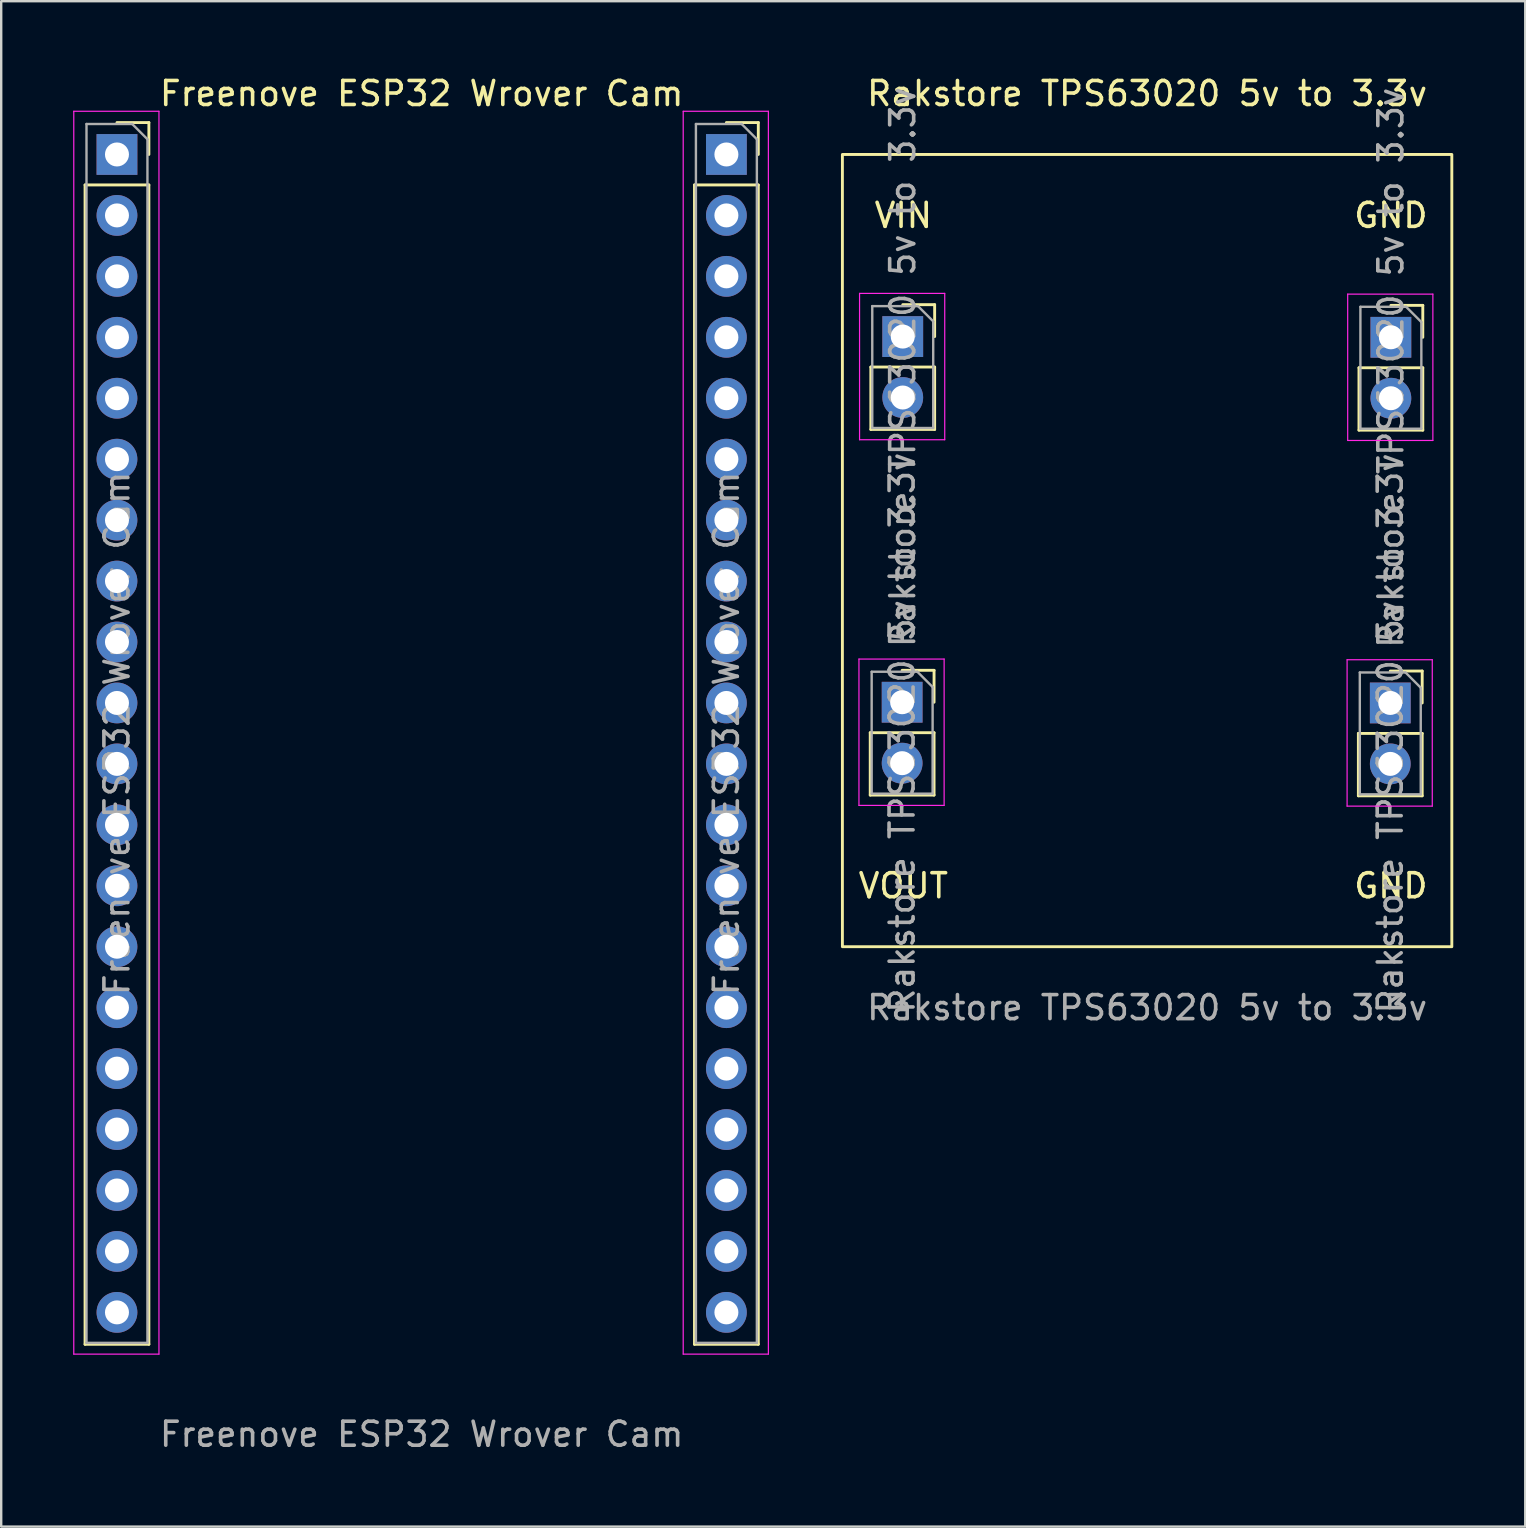
<source format=kicad_pcb>
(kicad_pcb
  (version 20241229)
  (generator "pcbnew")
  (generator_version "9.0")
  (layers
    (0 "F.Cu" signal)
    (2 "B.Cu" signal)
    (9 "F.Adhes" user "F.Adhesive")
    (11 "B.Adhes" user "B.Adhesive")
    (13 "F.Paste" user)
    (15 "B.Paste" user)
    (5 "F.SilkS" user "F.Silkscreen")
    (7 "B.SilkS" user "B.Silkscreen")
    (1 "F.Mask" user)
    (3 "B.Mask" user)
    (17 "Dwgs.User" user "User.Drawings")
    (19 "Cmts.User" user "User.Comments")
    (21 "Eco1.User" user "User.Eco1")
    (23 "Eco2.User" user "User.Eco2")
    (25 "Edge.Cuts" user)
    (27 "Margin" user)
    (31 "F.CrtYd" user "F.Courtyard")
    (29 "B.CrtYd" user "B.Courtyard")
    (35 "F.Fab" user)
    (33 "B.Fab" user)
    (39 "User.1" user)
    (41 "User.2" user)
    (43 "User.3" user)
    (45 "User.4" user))
  (footprint "Freenove ESP32 Wrover Cam"
    (layer "F.Cu")
    (at 14.525 28.788)
    (property "Reference" "Freenove ESP32 Wrover Cam" (at 0 -27.94 0) (unlocked yes) (layer "F.SilkS") (effects (font (size 1 1) (thickness 0.15))))
    (attr through_hole)
    (fp_line (start -14.03 -24.13) (end -14.03 24.19) (stroke (width 0.12) (type solid)) (layer "F.SilkS"))
    (fp_line (start -14.03 -24.13) (end -11.37 -24.13) (stroke (width 0.12) (type solid)) (layer "F.SilkS"))
    (fp_line (start -14.03 24.19) (end -11.37 24.19) (stroke (width 0.12) (type solid)) (layer "F.SilkS"))
    (fp_line (start -12.7 -26.73) (end -11.37 -26.73) (stroke (width 0.12) (type solid)) (layer "F.SilkS"))
    (fp_line (start -11.37 -26.73) (end -11.37 -25.4) (stroke (width 0.12) (type solid)) (layer "F.SilkS"))
    (fp_line (start -11.37 -24.13) (end -11.37 24.19) (stroke (width 0.12) (type solid)) (layer "F.SilkS"))
    (fp_line (start 11.37 -24.13) (end 11.37 24.19) (stroke (width 0.12) (type solid)) (layer "F.SilkS"))
    (fp_line (start 11.37 -24.13) (end 14.03 -24.13) (stroke (width 0.12) (type solid)) (layer "F.SilkS"))
    (fp_line (start 11.37 24.19) (end 14.03 24.19) (stroke (width 0.12) (type solid)) (layer "F.SilkS"))
    (fp_line (start 12.7 -26.73) (end 14.03 -26.73) (stroke (width 0.12) (type solid)) (layer "F.SilkS"))
    (fp_line (start 14.03 -26.73) (end 14.03 -25.4) (stroke (width 0.12) (type solid)) (layer "F.SilkS"))
    (fp_line (start 14.03 -24.13) (end 14.03 24.19) (stroke (width 0.12) (type solid)) (layer "F.SilkS"))
    (fp_line (start -14.5 -27.2) (end -10.95 -27.2) (stroke (width 0.05) (type solid)) (layer "F.CrtYd"))
    (fp_line (start -14.5 24.6) (end -14.5 -27.2) (stroke (width 0.05) (type solid)) (layer "F.CrtYd"))
    (fp_line (start -10.95 -27.2) (end -10.95 24.6) (stroke (width 0.05) (type solid)) (layer "F.CrtYd"))
    (fp_line (start -10.95 24.6) (end -14.5 24.6) (stroke (width 0.05) (type solid)) (layer "F.CrtYd"))
    (fp_line (start 10.9 -27.2) (end 14.45 -27.2) (stroke (width 0.05) (type solid)) (layer "F.CrtYd"))
    (fp_line (start 10.9 24.6) (end 10.9 -27.2) (stroke (width 0.05) (type solid)) (layer "F.CrtYd"))
    (fp_line (start 14.45 -27.2) (end 14.45 24.6) (stroke (width 0.05) (type solid)) (layer "F.CrtYd"))
    (fp_line (start 14.45 24.6) (end 10.9 24.6) (stroke (width 0.05) (type solid)) (layer "F.CrtYd"))
    (fp_line (start -13.97 -26.67) (end -12.065 -26.67) (stroke (width 0.1) (type solid)) (layer "F.Fab"))
    (fp_line (start -13.97 24.13) (end -13.97 -26.67) (stroke (width 0.1) (type solid)) (layer "F.Fab"))
    (fp_line (start -12.065 -26.67) (end -11.43 -26.035) (stroke (width 0.1) (type solid)) (layer "F.Fab"))
    (fp_line (start -11.43 -26.035) (end -11.43 24.13) (stroke (width 0.1) (type solid)) (layer "F.Fab"))
    (fp_line (start -11.43 24.13) (end -13.97 24.13) (stroke (width 0.1) (type solid)) (layer "F.Fab"))
    (fp_line (start 11.43 -26.67) (end 13.335 -26.67) (stroke (width 0.1) (type solid)) (layer "F.Fab"))
    (fp_line (start 11.43 24.13) (end 11.43 -26.67) (stroke (width 0.1) (type solid)) (layer "F.Fab"))
    (fp_line (start 13.335 -26.67) (end 13.97 -26.035) (stroke (width 0.1) (type solid)) (layer "F.Fab"))
    (fp_line (start 13.97 -26.035) (end 13.97 24.13) (stroke (width 0.1) (type solid)) (layer "F.Fab"))
    (fp_line (start 13.97 24.13) (end 11.43 24.13) (stroke (width 0.1) (type solid)) (layer "F.Fab"))
    (fp_text user "${REFERENCE}" (at -12.7 -1.27 90) (layer "F.Fab") (effects (font (size 1 1) (thickness 0.15))))
    (fp_text user "${REFERENCE}" (at 12.7 -1.27 90) (layer "F.Fab") (effects (font (size 1 1) (thickness 0.15))))
    (fp_text user "${REFERENCE}" (at 0 27.94 0) (unlocked yes) (layer "F.Fab") (effects (font (size 1 1) (thickness 0.15))))
    (pad "1" thru_hole rect (at -12.7 -25.4) (size 1.7 1.7) (drill 1) (layers "*.Cu" "*.Mask"))
    (pad "2" thru_hole oval (at -12.7 -22.86) (size 1.7 1.7) (drill 1) (layers "*.Cu" "*.Mask"))
    (pad "3" thru_hole oval (at -12.7 -20.32) (size 1.7 1.7) (drill 1) (layers "*.Cu" "*.Mask"))
    (pad "4" thru_hole oval (at -12.7 -17.78) (size 1.7 1.7) (drill 1) (layers "*.Cu" "*.Mask"))
    (pad "5" thru_hole oval (at -12.7 -15.24) (size 1.7 1.7) (drill 1) (layers "*.Cu" "*.Mask"))
    (pad "6" thru_hole oval (at -12.7 -12.7) (size 1.7 1.7) (drill 1) (layers "*.Cu" "*.Mask"))
    (pad "7" thru_hole oval (at -12.7 -10.16) (size 1.7 1.7) (drill 1) (layers "*.Cu" "*.Mask"))
    (pad "8" thru_hole oval (at -12.7 -7.62) (size 1.7 1.7) (drill 1) (layers "*.Cu" "*.Mask"))
    (pad "9" thru_hole oval (at -12.7 -5.08) (size 1.7 1.7) (drill 1) (layers "*.Cu" "*.Mask"))
    (pad "10" thru_hole oval (at -12.7 -2.54) (size 1.7 1.7) (drill 1) (layers "*.Cu" "*.Mask"))
    (pad "11" thru_hole oval (at -12.7 0) (size 1.7 1.7) (drill 1) (layers "*.Cu" "*.Mask"))
    (pad "12" thru_hole oval (at -12.7 2.54) (size 1.7 1.7) (drill 1) (layers "*.Cu" "*.Mask"))
    (pad "13" thru_hole oval (at -12.7 5.08) (size 1.7 1.7) (drill 1) (layers "*.Cu" "*.Mask"))
    (pad "14" thru_hole oval (at -12.7 7.62) (size 1.7 1.7) (drill 1) (layers "*.Cu" "*.Mask"))
    (pad "15" thru_hole oval (at -12.7 10.16) (size 1.7 1.7) (drill 1) (layers "*.Cu" "*.Mask"))
    (pad "16" thru_hole oval (at -12.7 12.7) (size 1.7 1.7) (drill 1) (layers "*.Cu" "*.Mask"))
    (pad "17" thru_hole oval (at -12.7 15.24) (size 1.7 1.7) (drill 1) (layers "*.Cu" "*.Mask"))
    (pad "18" thru_hole oval (at -12.7 17.78) (size 1.7 1.7) (drill 1) (layers "*.Cu" "*.Mask"))
    (pad "19" thru_hole oval (at -12.7 20.32) (size 1.7 1.7) (drill 1) (layers "*.Cu" "*.Mask"))
    (pad "20" thru_hole oval (at -12.7 22.86) (size 1.7 1.7) (drill 1) (layers "*.Cu" "*.Mask"))
    (pad "21" thru_hole oval (at 12.7 22.86) (size 1.7 1.7) (drill 1) (layers "*.Cu" "*.Mask"))
    (pad "22" thru_hole oval (at 12.7 20.32) (size 1.7 1.7) (drill 1) (layers "*.Cu" "*.Mask"))
    (pad "23" thru_hole oval (at 12.7 17.78) (size 1.7 1.7) (drill 1) (layers "*.Cu" "*.Mask"))
    (pad "24" thru_hole oval (at 12.7 15.24) (size 1.7 1.7) (drill 1) (layers "*.Cu" "*.Mask"))
    (pad "25" thru_hole oval (at 12.7 12.7) (size 1.7 1.7) (drill 1) (layers "*.Cu" "*.Mask"))
    (pad "26" thru_hole oval (at 12.7 10.16) (size 1.7 1.7) (drill 1) (layers "*.Cu" "*.Mask"))
    (pad "27" thru_hole oval (at 12.7 7.62) (size 1.7 1.7) (drill 1) (layers "*.Cu" "*.Mask"))
    (pad "28" thru_hole oval (at 12.7 5.08) (size 1.7 1.7) (drill 1) (layers "*.Cu" "*.Mask"))
    (pad "29" thru_hole oval (at 12.7 2.54) (size 1.7 1.7) (drill 1) (layers "*.Cu" "*.Mask"))
    (pad "30" thru_hole oval (at 12.7 0) (size 1.7 1.7) (drill 1) (layers "*.Cu" "*.Mask"))
    (pad "31" thru_hole oval (at 12.7 -2.54) (size 1.7 1.7) (drill 1) (layers "*.Cu" "*.Mask"))
    (pad "32" thru_hole oval (at 12.7 -5.08) (size 1.7 1.7) (drill 1) (layers "*.Cu" "*.Mask"))
    (pad "33" thru_hole oval (at 12.7 -7.62) (size 1.7 1.7) (drill 1) (layers "*.Cu" "*.Mask"))
    (pad "34" thru_hole oval (at 12.7 -10.16) (size 1.7 1.7) (drill 1) (layers "*.Cu" "*.Mask"))
    (pad "35" thru_hole oval (at 12.7 -12.7) (size 1.7 1.7) (drill 1) (layers "*.Cu" "*.Mask"))
    (pad "36" thru_hole oval (at 12.7 -15.24) (size 1.7 1.7) (drill 1) (layers "*.Cu" "*.Mask"))
    (pad "37" thru_hole oval (at 12.7 -17.78) (size 1.7 1.7) (drill 1) (layers "*.Cu" "*.Mask"))
    (pad "38" thru_hole oval (at 12.7 -20.32) (size 1.7 1.7) (drill 1) (layers "*.Cu" "*.Mask"))
    (pad "39" thru_hole oval (at 12.7 -22.86) (size 1.7 1.7) (drill 1) (layers "*.Cu" "*.Mask"))
    (pad "40" thru_hole rect (at 12.7 -25.4) (size 1.7 1.7) (drill 1) (layers "*.Cu" "*.Mask")))
  (footprint "Rakstore TPS63020 5v to 3.3v"
    (layer "F.Cu")
    (at 44.76 18.628)
    (property "Reference" "Rakstore TPS63020 5v to 3.3v" (at 0 -17.78 0) (unlocked yes) (layer "F.SilkS") (effects (font (size 1 1) (thickness 0.15))))
    (attr through_hole)
    (fp_line (start -11.54 8.86) (end -11.54 11.46) (stroke (width 0.12) (type solid)) (layer "F.SilkS"))
    (fp_line (start -11.54 8.86) (end -8.88 8.86) (stroke (width 0.12) (type solid)) (layer "F.SilkS"))
    (fp_line (start -11.54 11.46) (end -8.88 11.46) (stroke (width 0.12) (type solid)) (layer "F.SilkS"))
    (fp_line (start -11.515 -6.38) (end -11.515 -3.78) (stroke (width 0.12) (type solid)) (layer "F.SilkS"))
    (fp_line (start -11.515 -6.38) (end -8.855 -6.38) (stroke (width 0.12) (type solid)) (layer "F.SilkS"))
    (fp_line (start -11.515 -3.78) (end -8.855 -3.78) (stroke (width 0.12) (type solid)) (layer "F.SilkS"))
    (fp_line (start -10.21 6.26) (end -8.88 6.26) (stroke (width 0.12) (type solid)) (layer "F.SilkS"))
    (fp_line (start -10.185 -8.98) (end -8.855 -8.98) (stroke (width 0.12) (type solid)) (layer "F.SilkS"))
    (fp_line (start -8.88 6.26) (end -8.88 7.59) (stroke (width 0.12) (type solid)) (layer "F.SilkS"))
    (fp_line (start -8.88 8.86) (end -8.88 11.46) (stroke (width 0.12) (type solid)) (layer "F.SilkS"))
    (fp_line (start -8.855 -8.98) (end -8.855 -7.65) (stroke (width 0.12) (type solid)) (layer "F.SilkS"))
    (fp_line (start -8.855 -6.38) (end -8.855 -3.78) (stroke (width 0.12) (type solid)) (layer "F.SilkS"))
    (fp_line (start 8.805 8.89) (end 8.805 11.49) (stroke (width 0.12) (type solid)) (layer "F.SilkS"))
    (fp_line (start 8.805 8.89) (end 11.465 8.89) (stroke (width 0.12) (type solid)) (layer "F.SilkS"))
    (fp_line (start 8.805 11.49) (end 11.465 11.49) (stroke (width 0.12) (type solid)) (layer "F.SilkS"))
    (fp_line (start 8.83 -6.35) (end 8.83 -3.75) (stroke (width 0.12) (type solid)) (layer "F.SilkS"))
    (fp_line (start 8.83 -6.35) (end 11.49 -6.35) (stroke (width 0.12) (type solid)) (layer "F.SilkS"))
    (fp_line (start 8.83 -3.75) (end 11.49 -3.75) (stroke (width 0.12) (type solid)) (layer "F.SilkS"))
    (fp_line (start 10.135 6.29) (end 11.465 6.29) (stroke (width 0.12) (type solid)) (layer "F.SilkS"))
    (fp_line (start 10.16 -8.95) (end 11.49 -8.95) (stroke (width 0.12) (type solid)) (layer "F.SilkS"))
    (fp_line (start 11.465 6.29) (end 11.465 7.62) (stroke (width 0.12) (type solid)) (layer "F.SilkS"))
    (fp_line (start 11.465 8.89) (end 11.465 11.49) (stroke (width 0.12) (type solid)) (layer "F.SilkS"))
    (fp_line (start 11.49 -8.95) (end 11.49 -7.62) (stroke (width 0.12) (type solid)) (layer "F.SilkS"))
    (fp_line (start 11.49 -6.35) (end 11.49 -3.75) (stroke (width 0.12) (type solid)) (layer "F.SilkS"))
    (fp_rect (start -12.7 -15.24) (end 12.7 17.78) (stroke (width 0.12) (type solid)) (fill no) (layer "F.SilkS"))
    (fp_line (start -12.01 5.79) (end -8.46 5.79) (stroke (width 0.05) (type solid)) (layer "F.CrtYd"))
    (fp_line (start -12.01 11.89) (end -12.01 5.79) (stroke (width 0.05) (type solid)) (layer "F.CrtYd"))
    (fp_line (start -11.985 -9.45) (end -8.435 -9.45) (stroke (width 0.05) (type solid)) (layer "F.CrtYd"))
    (fp_line (start -11.985 -3.35) (end -11.985 -9.45) (stroke (width 0.05) (type solid)) (layer "F.CrtYd"))
    (fp_line (start -8.46 5.79) (end -8.46 11.89) (stroke (width 0.05) (type solid)) (layer "F.CrtYd"))
    (fp_line (start -8.46 11.89) (end -12.01 11.89) (stroke (width 0.05) (type solid)) (layer "F.CrtYd"))
    (fp_line (start -8.435 -9.45) (end -8.435 -3.35) (stroke (width 0.05) (type solid)) (layer "F.CrtYd"))
    (fp_line (start -8.435 -3.35) (end -11.985 -3.35) (stroke (width 0.05) (type solid)) (layer "F.CrtYd"))
    (fp_line (start 8.335 5.82) (end 11.885 5.82) (stroke (width 0.05) (type solid)) (layer "F.CrtYd"))
    (fp_line (start 8.335 11.92) (end 8.335 5.82) (stroke (width 0.05) (type solid)) (layer "F.CrtYd"))
    (fp_line (start 8.36 -9.42) (end 11.91 -9.42) (stroke (width 0.05) (type solid)) (layer "F.CrtYd"))
    (fp_line (start 8.36 -3.32) (end 8.36 -9.42) (stroke (width 0.05) (type solid)) (layer "F.CrtYd"))
    (fp_line (start 11.885 5.82) (end 11.885 11.92) (stroke (width 0.05) (type solid)) (layer "F.CrtYd"))
    (fp_line (start 11.885 11.92) (end 8.335 11.92) (stroke (width 0.05) (type solid)) (layer "F.CrtYd"))
    (fp_line (start 11.91 -9.42) (end 11.91 -3.32) (stroke (width 0.05) (type solid)) (layer "F.CrtYd"))
    (fp_line (start 11.91 -3.32) (end 8.36 -3.32) (stroke (width 0.05) (type solid)) (layer "F.CrtYd"))
    (fp_line (start -11.48 6.32) (end -9.575 6.32) (stroke (width 0.1) (type solid)) (layer "F.Fab"))
    (fp_line (start -11.48 11.4) (end -11.48 6.32) (stroke (width 0.1) (type solid)) (layer "F.Fab"))
    (fp_line (start -11.455 -8.92) (end -9.55 -8.92) (stroke (width 0.1) (type solid)) (layer "F.Fab"))
    (fp_line (start -11.455 -3.84) (end -11.455 -8.92) (stroke (width 0.1) (type solid)) (layer "F.Fab"))
    (fp_line (start -9.575 6.32) (end -8.94 6.955) (stroke (width 0.1) (type solid)) (layer "F.Fab"))
    (fp_line (start -9.55 -8.92) (end -8.915 -8.285) (stroke (width 0.1) (type solid)) (layer "F.Fab"))
    (fp_line (start -8.94 6.955) (end -8.94 11.4) (stroke (width 0.1) (type solid)) (layer "F.Fab"))
    (fp_line (start -8.94 11.4) (end -11.48 11.4) (stroke (width 0.1) (type solid)) (layer "F.Fab"))
    (fp_line (start -8.915 -8.285) (end -8.915 -3.84) (stroke (width 0.1) (type solid)) (layer "F.Fab"))
    (fp_line (start -8.915 -3.84) (end -11.455 -3.84) (stroke (width 0.1) (type solid)) (layer "F.Fab"))
    (fp_line (start 8.865 6.35) (end 10.77 6.35) (stroke (width 0.1) (type solid)) (layer "F.Fab"))
    (fp_line (start 8.865 11.43) (end 8.865 6.35) (stroke (width 0.1) (type solid)) (layer "F.Fab"))
    (fp_line (start 8.89 -8.89) (end 10.795 -8.89) (stroke (width 0.1) (type solid)) (layer "F.Fab"))
    (fp_line (start 8.89 -3.81) (end 8.89 -8.89) (stroke (width 0.1) (type solid)) (layer "F.Fab"))
    (fp_line (start 10.77 6.35) (end 11.405 6.985) (stroke (width 0.1) (type solid)) (layer "F.Fab"))
    (fp_line (start 10.795 -8.89) (end 11.43 -8.255) (stroke (width 0.1) (type solid)) (layer "F.Fab"))
    (fp_line (start 11.405 6.985) (end 11.405 11.43) (stroke (width 0.1) (type solid)) (layer "F.Fab"))
    (fp_line (start 11.405 11.43) (end 8.865 11.43) (stroke (width 0.1) (type solid)) (layer "F.Fab"))
    (fp_line (start 11.43 -8.255) (end 11.43 -3.81) (stroke (width 0.1) (type solid)) (layer "F.Fab"))
    (fp_line (start 11.43 -3.81) (end 8.89 -3.81) (stroke (width 0.1) (type solid)) (layer "F.Fab"))
    (fp_text user "VIN" (at -10.16 -12.7 0) (unlocked yes) (layer "F.SilkS") (effects (font (size 1 1) (thickness 0.15))))
    (fp_text user "GND" (at 10.16 15.24 0) (unlocked yes) (layer "F.SilkS") (effects (font (size 1 1) (thickness 0.15))))
    (fp_text user "GND" (at 10.16 -12.7 0) (unlocked yes) (layer "F.SilkS") (effects (font (size 1 1) (thickness 0.15))))
    (fp_text user "VOUT" (at -10.16 15.24 0) (unlocked yes) (layer "F.SilkS") (effects (font (size 1 1) (thickness 0.15))))
    (fp_text user "${REFERENCE}" (at 10.135 8.89 90) (layer "F.Fab") (effects (font (size 1 1) (thickness 0.15))))
    (fp_text user "${REFERENCE}" (at -10.21 8.86 90) (layer "F.Fab") (effects (font (size 1 1) (thickness 0.15))))
    (fp_text user "${REFERENCE}" (at 0 20.32 0) (unlocked yes) (layer "F.Fab") (effects (font (size 1 1) (thickness 0.15))))
    (fp_text user "${REFERENCE}" (at -10.185 -6.38 90) (layer "F.Fab") (effects (font (size 1 1) (thickness 0.15))))
    (fp_text user "${REFERENCE}" (at 10.16 -6.35 90) (layer "F.Fab") (effects (font (size 1 1) (thickness 0.15))))
    (pad "1" thru_hole rect (at -10.185 -7.65) (size 1.7 1.7) (drill 1) (layers "*.Cu" "*.Mask"))
    (pad "2" thru_hole oval (at -10.185 -5.11) (size 1.7 1.7) (drill 1) (layers "*.Cu" "*.Mask"))
    (pad "3" thru_hole rect (at -10.21 7.59) (size 1.7 1.7) (drill 1) (layers "*.Cu" "*.Mask"))
    (pad "4" thru_hole oval (at -10.21 10.13) (size 1.7 1.7) (drill 1) (layers "*.Cu" "*.Mask"))
    (pad "5" thru_hole oval (at 10.135 10.16) (size 1.7 1.7) (drill 1) (layers "*.Cu" "*.Mask"))
    (pad "6" thru_hole rect (at 10.135 7.62) (size 1.7 1.7) (drill 1) (layers "*.Cu" "*.Mask"))
    (pad "7" thru_hole oval (at 10.16 -5.08) (size 1.7 1.7) (drill 1) (layers "*.Cu" "*.Mask"))
    (pad "8" thru_hole rect (at 10.16 -7.62) (size 1.7 1.7) (drill 1) (layers "*.Cu" "*.Mask")))
  (gr_rect
    (start -3 -3)
    (end 60.52 60.577)
    (stroke (width 0.1) (type default))
    (fill no)
    (layer "Edge.Cuts")))
</source>
